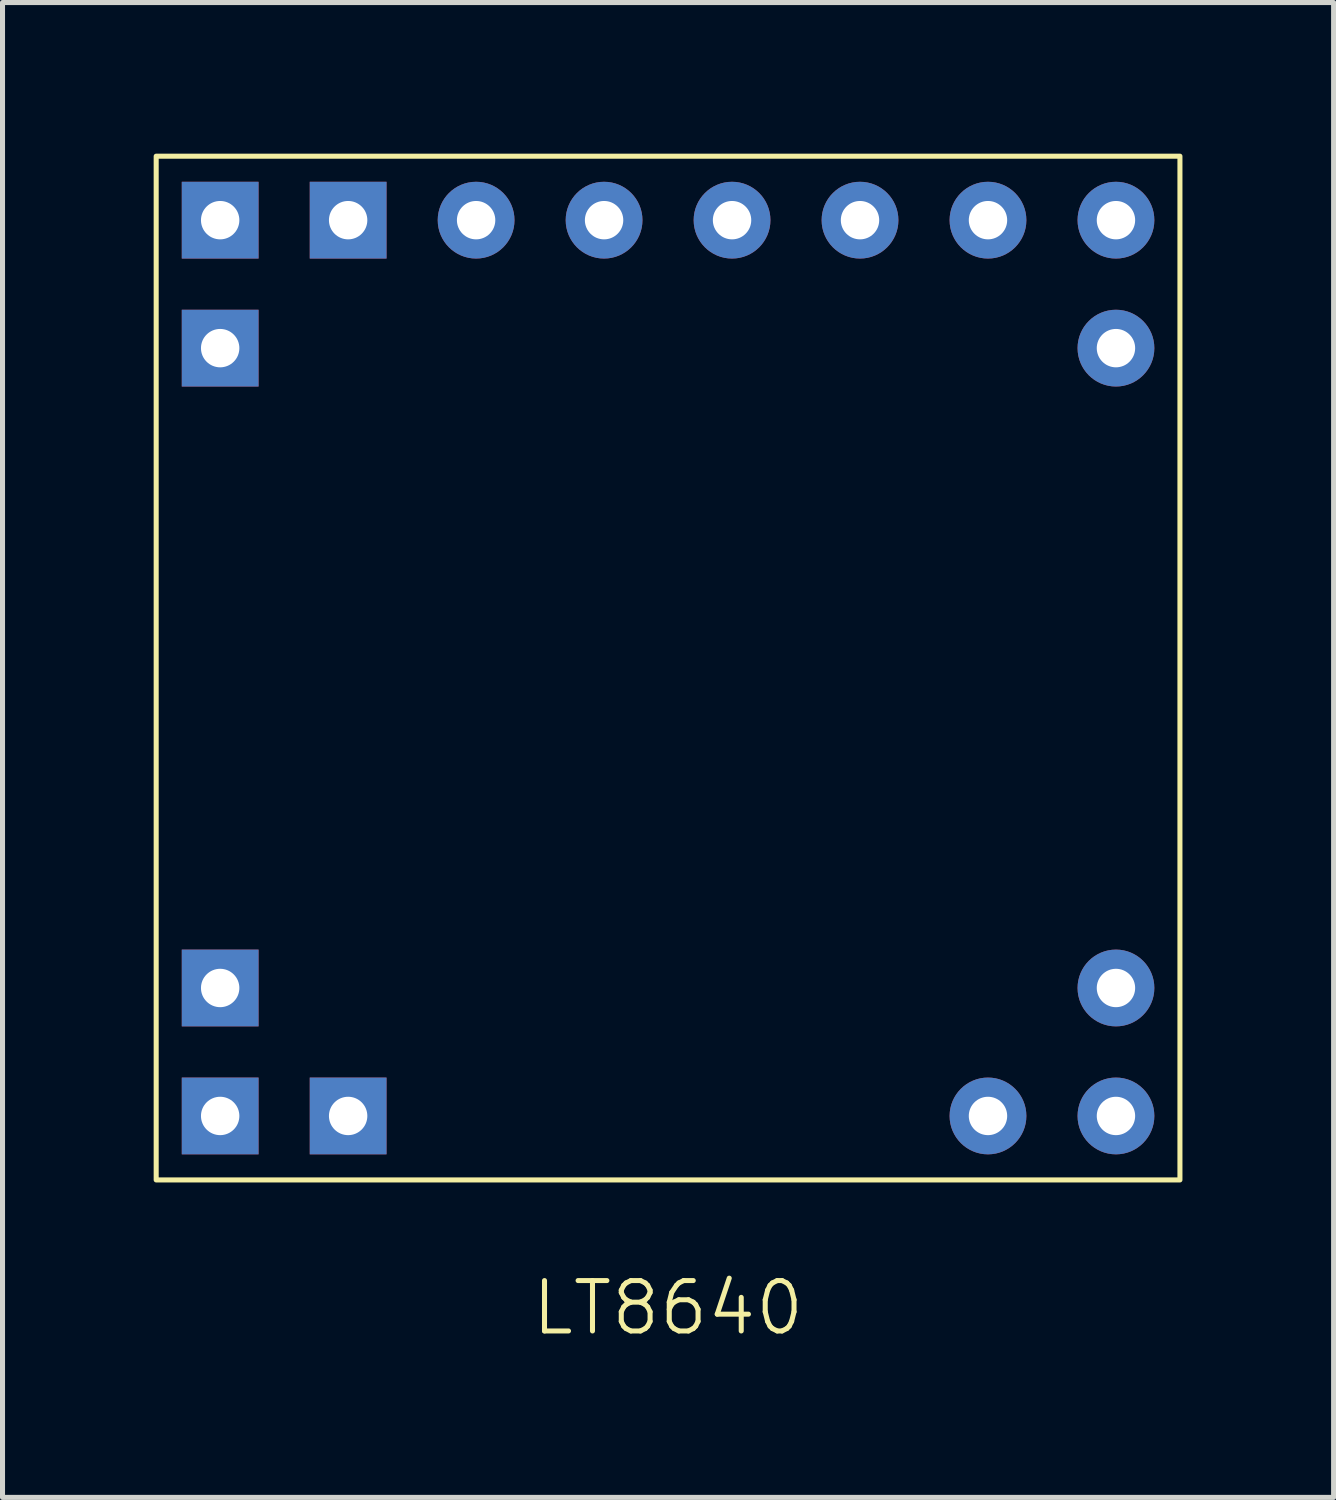
<source format=kicad_pcb>
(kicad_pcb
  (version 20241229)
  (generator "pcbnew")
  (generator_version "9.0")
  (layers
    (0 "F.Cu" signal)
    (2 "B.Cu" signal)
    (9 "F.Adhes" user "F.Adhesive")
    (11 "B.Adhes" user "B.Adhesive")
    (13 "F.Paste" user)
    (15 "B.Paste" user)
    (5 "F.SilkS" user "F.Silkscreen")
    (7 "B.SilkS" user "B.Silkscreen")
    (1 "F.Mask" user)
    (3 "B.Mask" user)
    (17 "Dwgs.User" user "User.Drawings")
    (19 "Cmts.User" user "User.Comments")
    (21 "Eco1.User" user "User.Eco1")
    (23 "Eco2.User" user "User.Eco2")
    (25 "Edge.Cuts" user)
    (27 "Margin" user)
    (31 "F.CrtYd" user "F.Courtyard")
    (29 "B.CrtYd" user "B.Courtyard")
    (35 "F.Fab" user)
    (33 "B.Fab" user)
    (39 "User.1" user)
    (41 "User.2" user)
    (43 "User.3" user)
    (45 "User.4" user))
  (footprint "LT8640"
    (layer "F.Cu")
    (at 10.21 10.21)
    (property "Reference" "LT8640" (at 0 12.7 0) (unlocked yes) (layer "F.SilkS") (effects (font (size 1 1) (thickness 0.1))))
    (attr through_hole)
    (fp_rect (start 10.16 10.16) (end -10.16 -10.16) (stroke (width 0.1) (type default)) (fill no) (layer "F.SilkS"))
    (pad "1" thru_hole circle (at 8.89 -6.35) (size 1.524 1.524) (drill 0.762) (layers "*.Cu" "*.Mask"))
    (pad "2" thru_hole circle (at 8.89 -8.89) (size 1.524 1.524) (drill 0.762) (layers "*.Cu" "*.Mask"))
    (pad "3" thru_hole circle (at 6.35 -8.89) (size 1.524 1.524) (drill 0.762) (layers "*.Cu" "*.Mask"))
    (pad "4" thru_hole circle (at 3.81 -8.89) (size 1.524 1.524) (drill 0.762) (layers "*.Cu" "*.Mask"))
    (pad "5" thru_hole circle (at 1.27 -8.89) (size 1.524 1.524) (drill 0.762) (layers "*.Cu" "*.Mask"))
    (pad "6" thru_hole circle (at -1.27 -8.89) (size 1.524 1.524) (drill 0.762) (layers "*.Cu" "*.Mask"))
    (pad "7" thru_hole circle (at -3.81 -8.89) (size 1.524 1.524) (drill 0.762) (layers "*.Cu" "*.Mask"))
    (pad "8" thru_hole rect (at -6.35 -8.89) (size 1.524 1.524) (drill 0.762) (layers "*.Cu" "*.Mask"))
    (pad "9" thru_hole rect (at -8.89 -8.89) (size 1.524 1.524) (drill 0.762) (layers "*.Cu" "*.Mask"))
    (pad "10" thru_hole rect (at -8.89 -6.35) (size 1.524 1.524) (drill 0.762) (layers "*.Cu" "*.Mask"))
    (pad "11" thru_hole circle (at 8.89 6.35) (size 1.524 1.524) (drill 0.762) (layers "*.Cu" "*.Mask"))
    (pad "12" thru_hole circle (at 8.89 8.89) (size 1.524 1.524) (drill 0.762) (layers "*.Cu" "*.Mask"))
    (pad "13" thru_hole circle (at 6.35 8.89) (size 1.524 1.524) (drill 0.762) (layers "*.Cu" "*.Mask"))
    (pad "14" thru_hole rect (at -6.35 8.89) (size 1.524 1.524) (drill 0.762) (layers "*.Cu" "*.Mask"))
    (pad "15" thru_hole rect (at -8.89 8.89) (size 1.524 1.524) (drill 0.762) (layers "*.Cu" "*.Mask"))
    (pad "16" thru_hole rect (at -8.89 6.35) (size 1.524 1.524) (drill 0.762) (layers "*.Cu" "*.Mask")))
  (gr_rect
    (start -3 -3)
    (end 23.42 26.671)
    (stroke (width 0.1) (type default))
    (fill no)
    (layer "Edge.Cuts")))
</source>
